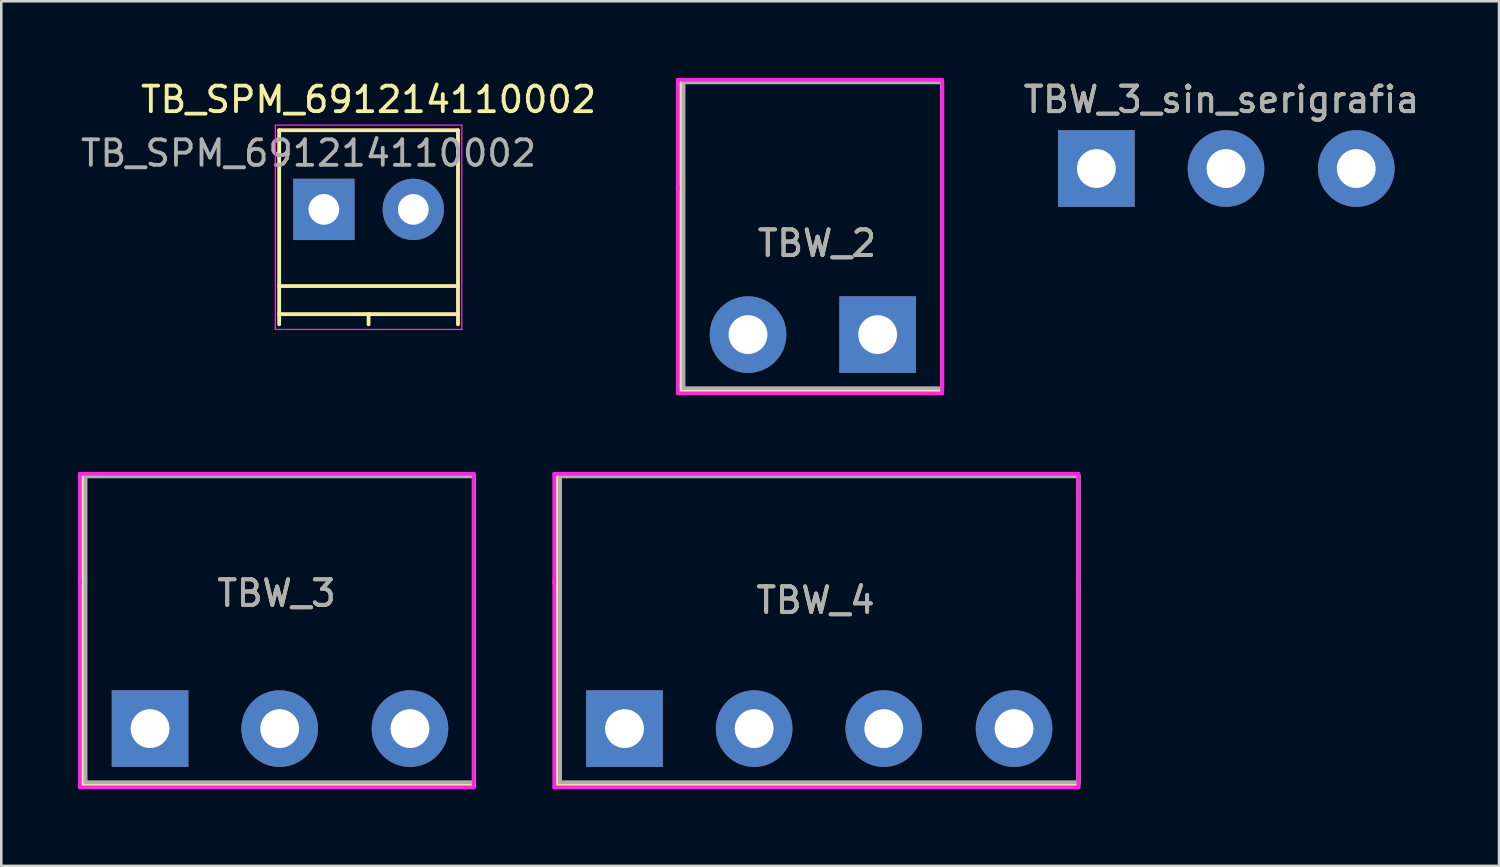
<source format=kicad_pcb>
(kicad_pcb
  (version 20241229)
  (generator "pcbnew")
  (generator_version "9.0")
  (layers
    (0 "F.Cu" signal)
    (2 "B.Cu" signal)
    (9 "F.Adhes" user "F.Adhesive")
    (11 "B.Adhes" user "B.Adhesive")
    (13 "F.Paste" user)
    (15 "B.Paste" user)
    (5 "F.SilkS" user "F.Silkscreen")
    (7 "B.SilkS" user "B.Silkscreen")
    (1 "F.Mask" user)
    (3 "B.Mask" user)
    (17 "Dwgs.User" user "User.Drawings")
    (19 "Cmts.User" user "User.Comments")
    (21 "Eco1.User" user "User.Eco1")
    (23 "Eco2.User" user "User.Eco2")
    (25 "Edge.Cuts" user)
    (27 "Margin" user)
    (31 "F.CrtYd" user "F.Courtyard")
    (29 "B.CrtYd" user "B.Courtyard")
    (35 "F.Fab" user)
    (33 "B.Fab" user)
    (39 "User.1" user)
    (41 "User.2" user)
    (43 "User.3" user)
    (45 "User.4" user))
  (footprint "TBW_2"
    (layer "F.Cu")
    (at 26.235 8.35)
    (property "Reference" "TBW_2" (at 2.7 -1.875 0) (layer "F.SilkS") (effects (font (size 1 1) (thickness 0.15))))
    (attr through_hole)
    (fp_line (start -2.65 -8.2) (end -2.525 -8.2) (stroke (width 0.15) (type solid)) (layer "F.SilkS"))
    (fp_line (start -2.65 -8.175) (end -2.65 -8.2) (stroke (width 0.15) (type solid)) (layer "F.SilkS"))
    (fp_line (start -2.65 3.9) (end -2.65 -8.175) (stroke (width 0.15) (type solid)) (layer "F.SilkS"))
    (fp_line (start -2.55 -8.2) (end 7.6 -8.2) (stroke (width 0.15) (type solid)) (layer "F.SilkS"))
    (fp_line (start 7.6 -8.2) (end 7.6 -3.775) (stroke (width 0.15) (type solid)) (layer "F.SilkS"))
    (fp_line (start 7.6 -3.75) (end 7.6 3.9) (stroke (width 0.15) (type solid)) (layer "F.SilkS"))
    (fp_line (start 7.6 3.9) (end -2.65 3.9) (stroke (width 0.15) (type solid)) (layer "F.SilkS"))
    (fp_line (start -2.75 -8.275) (end 7.6 -8.275) (stroke (width 0.15) (type solid)) (layer "F.CrtYd"))
    (fp_line (start -2.75 -4) (end -2.75 -8.275) (stroke (width 0.15) (type solid)) (layer "F.CrtYd"))
    (fp_line (start -2.75 4) (end -2.75 -4.1) (stroke (width 0.15) (type solid)) (layer "F.CrtYd"))
    (fp_line (start 7.6 -8.275) (end 7.6 4) (stroke (width 0.15) (type solid)) (layer "F.CrtYd"))
    (fp_line (start 7.6 4) (end -2.75 4) (stroke (width 0.15) (type solid)) (layer "F.CrtYd"))
    (fp_line (start -2.525 -8.175) (end 7.6 -8.175) (stroke (width 0.15) (type solid)) (layer "F.Fab"))
    (fp_line (start -2.525 3.8) (end -2.525 -8.175) (stroke (width 0.15) (type solid)) (layer "F.Fab"))
    (fp_line (start 7.6 -3.775) (end 7.6 -8.175) (stroke (width 0.15) (type solid)) (layer "F.Fab"))
    (fp_line (start 7.6 -3.775) (end 7.6 3.8) (stroke (width 0.15) (type solid)) (layer "F.Fab"))
    (fp_line (start 7.6 3.8) (end -2.525 3.8) (stroke (width 0.15) (type solid)) (layer "F.Fab"))
    (fp_text user "${REFERENCE}" (at 2.7 -1.875 0) (layer "F.Fab") (effects (font (size 1 1) (thickness 0.15))))
    (pad "1" thru_hole rect (at 5.075 1.7) (size 3 3) (drill 1.52) (layers "*.Cu" "*.Mask"))
    (pad "2" thru_hole circle (at 0 1.7) (size 3 3) (drill 1.52) (layers "*.Cu" "*.Mask")))
  (footprint "TBW_4"
    (layer "F.Cu")
    (at 21.4 23.775)
    (property "Reference" "TBW_4" (at 7.475 -3.325 0) (layer "F.SilkS") (effects (font (size 1 1) (thickness 0.15))))
    (attr through_hole)
    (fp_line (start -2.65 -8.2) (end -2.525 -8.2) (stroke (width 0.15) (type solid)) (layer "F.SilkS"))
    (fp_line (start -2.65 -8.175) (end -2.65 -8.2) (stroke (width 0.15) (type solid)) (layer "F.SilkS"))
    (fp_line (start -2.65 3.9) (end -2.65 -8.175) (stroke (width 0.15) (type solid)) (layer "F.SilkS"))
    (fp_line (start -2.55 -8.2) (end 17.77 -8.2) (stroke (width 0.15) (type solid)) (layer "F.SilkS"))
    (fp_line (start 17.77 -8.2) (end 17.77 -3.775) (stroke (width 0.15) (type solid)) (layer "F.SilkS"))
    (fp_line (start 17.77 -3.75) (end 17.77 3.9) (stroke (width 0.15) (type solid)) (layer "F.SilkS"))
    (fp_line (start 17.77 3.9) (end -2.65 3.9) (stroke (width 0.15) (type solid)) (layer "F.SilkS"))
    (fp_line (start -2.75 -8.275) (end 17.77 -8.275) (stroke (width 0.15) (type solid)) (layer "F.CrtYd"))
    (fp_line (start -2.75 -4) (end -2.75 -8.275) (stroke (width 0.15) (type solid)) (layer "F.CrtYd"))
    (fp_line (start -2.75 4) (end -2.75 -4.1) (stroke (width 0.15) (type solid)) (layer "F.CrtYd"))
    (fp_line (start 17.77 -8.275) (end 17.77 4) (stroke (width 0.15) (type solid)) (layer "F.CrtYd"))
    (fp_line (start 17.77 4) (end -2.75 4) (stroke (width 0.15) (type solid)) (layer "F.CrtYd"))
    (fp_line (start -2.525 -8.175) (end 17.77 -8.175) (stroke (width 0.15) (type solid)) (layer "F.Fab"))
    (fp_line (start -2.525 3.8) (end -2.525 -8.175) (stroke (width 0.15) (type solid)) (layer "F.Fab"))
    (fp_line (start 17.77 3.8) (end -2.525 3.8) (stroke (width 0.15) (type solid)) (layer "F.Fab"))
    (fp_line (start 17.775 -3.775) (end 17.775 -8.175) (stroke (width 0.15) (type solid)) (layer "F.Fab"))
    (fp_line (start 17.775 -3.775) (end 17.775 3.8) (stroke (width 0.15) (type solid)) (layer "F.Fab"))
    (fp_text user "${REFERENCE}" (at 7.475 -3.325 0) (layer "F.Fab") (effects (font (size 1 1) (thickness 0.15))))
    (pad "1" thru_hole rect (at 0 1.7) (size 3 3) (drill 1.52) (layers "*.Cu" "*.Mask"))
    (pad "2" thru_hole circle (at 5.075 1.7) (size 3 3) (drill 1.52) (layers "*.Cu" "*.Mask"))
    (pad "3" thru_hole circle (at 10.15 1.7) (size 3 3) (drill 1.52) (layers "*.Cu" "*.Mask"))
    (pad "4" thru_hole circle (at 15.25 1.7) (size 3 3) (drill 1.52) (layers "*.Cu" "*.Mask")))
  (footprint "TBW_3_sin_serigrafia"
    (layer "F.Cu")
    (at 39.873 1.848)
    (property "Reference" "TBW_3_sin_serigrafia" (at 4.9 -1 0) (layer "F.SilkS") (effects (font (size 1 1) (thickness 0.15))))
    (attr through_hole)
    (fp_text user "${REFERENCE}" (at 4.9 -1 0) (layer "F.Fab") (effects (font (size 1 1) (thickness 0.15))))
    (pad "1" thru_hole rect (at 0 1.7) (size 3 3) (drill 1.52) (layers "*.Cu" "*.Mask"))
    (pad "2" thru_hole circle (at 5.075 1.7) (size 3 3) (drill 1.52) (layers "*.Cu" "*.Mask"))
    (pad "3" thru_hole circle (at 10.175 1.7) (size 3 3) (drill 1.52) (layers "*.Cu" "*.Mask")))
  (footprint "TBW_3"
    (layer "F.Cu")
    (at 2.825 23.775)
    (property "Reference" "TBW_3" (at 4.95 -3.6 0) (layer "F.SilkS") (effects (font (size 1 1) (thickness 0.15))))
    (attr through_hole)
    (fp_line (start -2.65 -8.2) (end -2.525 -8.2) (stroke (width 0.15) (type solid)) (layer "F.SilkS"))
    (fp_line (start -2.65 -8.175) (end -2.65 -8.2) (stroke (width 0.15) (type solid)) (layer "F.SilkS"))
    (fp_line (start -2.65 3.9) (end -2.65 -8.175) (stroke (width 0.15) (type solid)) (layer "F.SilkS"))
    (fp_line (start -2.55 -8.2) (end 12.675 -8.2) (stroke (width 0.15) (type solid)) (layer "F.SilkS"))
    (fp_line (start 12.675 -8.2) (end 12.675 -3.775) (stroke (width 0.15) (type solid)) (layer "F.SilkS"))
    (fp_line (start 12.675 -3.75) (end 12.675 3.9) (stroke (width 0.15) (type solid)) (layer "F.SilkS"))
    (fp_line (start 12.675 3.9) (end -2.65 3.9) (stroke (width 0.15) (type solid)) (layer "F.SilkS"))
    (fp_line (start -2.75 -8.275) (end 12.675 -8.275) (stroke (width 0.15) (type solid)) (layer "F.CrtYd"))
    (fp_line (start -2.75 -4) (end -2.75 -8.275) (stroke (width 0.15) (type solid)) (layer "F.CrtYd"))
    (fp_line (start -2.75 4) (end -2.75 -4.1) (stroke (width 0.15) (type solid)) (layer "F.CrtYd"))
    (fp_line (start 12.675 -8.275) (end 12.675 4) (stroke (width 0.15) (type solid)) (layer "F.CrtYd"))
    (fp_line (start 12.675 4) (end -2.75 4) (stroke (width 0.15) (type solid)) (layer "F.CrtYd"))
    (fp_line (start -2.525 -8.175) (end 12.675 -8.175) (stroke (width 0.15) (type solid)) (layer "F.Fab"))
    (fp_line (start -2.525 3.8) (end -2.525 -8.175) (stroke (width 0.15) (type solid)) (layer "F.Fab"))
    (fp_line (start 12.675 -3.775) (end 12.675 -8.175) (stroke (width 0.15) (type solid)) (layer "F.Fab"))
    (fp_line (start 12.675 -3.775) (end 12.675 3.8) (stroke (width 0.15) (type solid)) (layer "F.Fab"))
    (fp_line (start 12.675 3.8) (end -2.525 3.8) (stroke (width 0.15) (type solid)) (layer "F.Fab"))
    (fp_text user "${REFERENCE}" (at 4.95 -3.6 0) (layer "F.Fab") (effects (font (size 1 1) (thickness 0.15))))
    (pad "1" thru_hole rect (at 0 1.7) (size 3 3) (drill 1.52) (layers "*.Cu" "*.Mask"))
    (pad "2" thru_hole circle (at 5.075 1.7) (size 3 3) (drill 1.52) (layers "*.Cu" "*.Mask"))
    (pad "3" thru_hole circle (at 10.175 1.7) (size 3 3) (drill 1.52) (layers "*.Cu" "*.Mask")))
  (footprint "TB_SPM_691214110002"
    (layer "F.Cu")
    (at 11.38 5.148)
    (property "Reference" "TB_SPM_691214110002" (at 0 -4.3 0) (layer "F.SilkS") (effects (font (size 1 1) (thickness 0.15))))
    (attr through_hole)
    (fp_line (start -3.5 -3.1) (end -3.5 4.5) (stroke (width 0.15) (type solid)) (layer "F.SilkS"))
    (fp_line (start -3.5 3) (end 3.5 3) (stroke (width 0.15) (type solid)) (layer "F.SilkS"))
    (fp_line (start -3.5 4.1) (end 3.5 4.1) (stroke (width 0.15) (type solid)) (layer "F.SilkS"))
    (fp_line (start 0 4.1) (end 0 4.5) (stroke (width 0.15) (type solid)) (layer "F.SilkS"))
    (fp_line (start 3.5 -3.1) (end -3.5 -3.1) (stroke (width 0.15) (type solid)) (layer "F.SilkS"))
    (fp_line (start 3.5 4.5) (end 3.5 -3.1) (stroke (width 0.15) (type solid)) (layer "F.SilkS"))
    (fp_line (start -3.65 -3.3) (end 3.65 -3.3) (stroke (width 0.05) (type solid)) (layer "F.CrtYd"))
    (fp_line (start -3.65 4.7) (end -3.65 -3.3) (stroke (width 0.05) (type solid)) (layer "F.CrtYd"))
    (fp_line (start 3.65 -3.3) (end 3.65 4.7) (stroke (width 0.05) (type solid)) (layer "F.CrtYd"))
    (fp_line (start 3.65 4.7) (end -3.65 4.7) (stroke (width 0.05) (type solid)) (layer "F.CrtYd"))
    (fp_text user "${REFERENCE}" (at -2.35 -2.2 0) (layer "F.Fab") (effects (font (size 1 1) (thickness 0.15))))
    (pad "1" thru_hole rect (at -1.75 0) (size 2.4 2.4) (drill 1.2) (layers "*.Cu" "*.Mask"))
    (pad "2" thru_hole circle (at 1.75 0) (size 2.4 2.4) (drill 1.2) (layers "*.Cu" "*.Mask")))
  (gr_rect
    (start -3 -3)
    (end 55.636 30.85)
    (stroke (width 0.1) (type default))
    (fill no)
    (layer "Edge.Cuts")))
</source>
